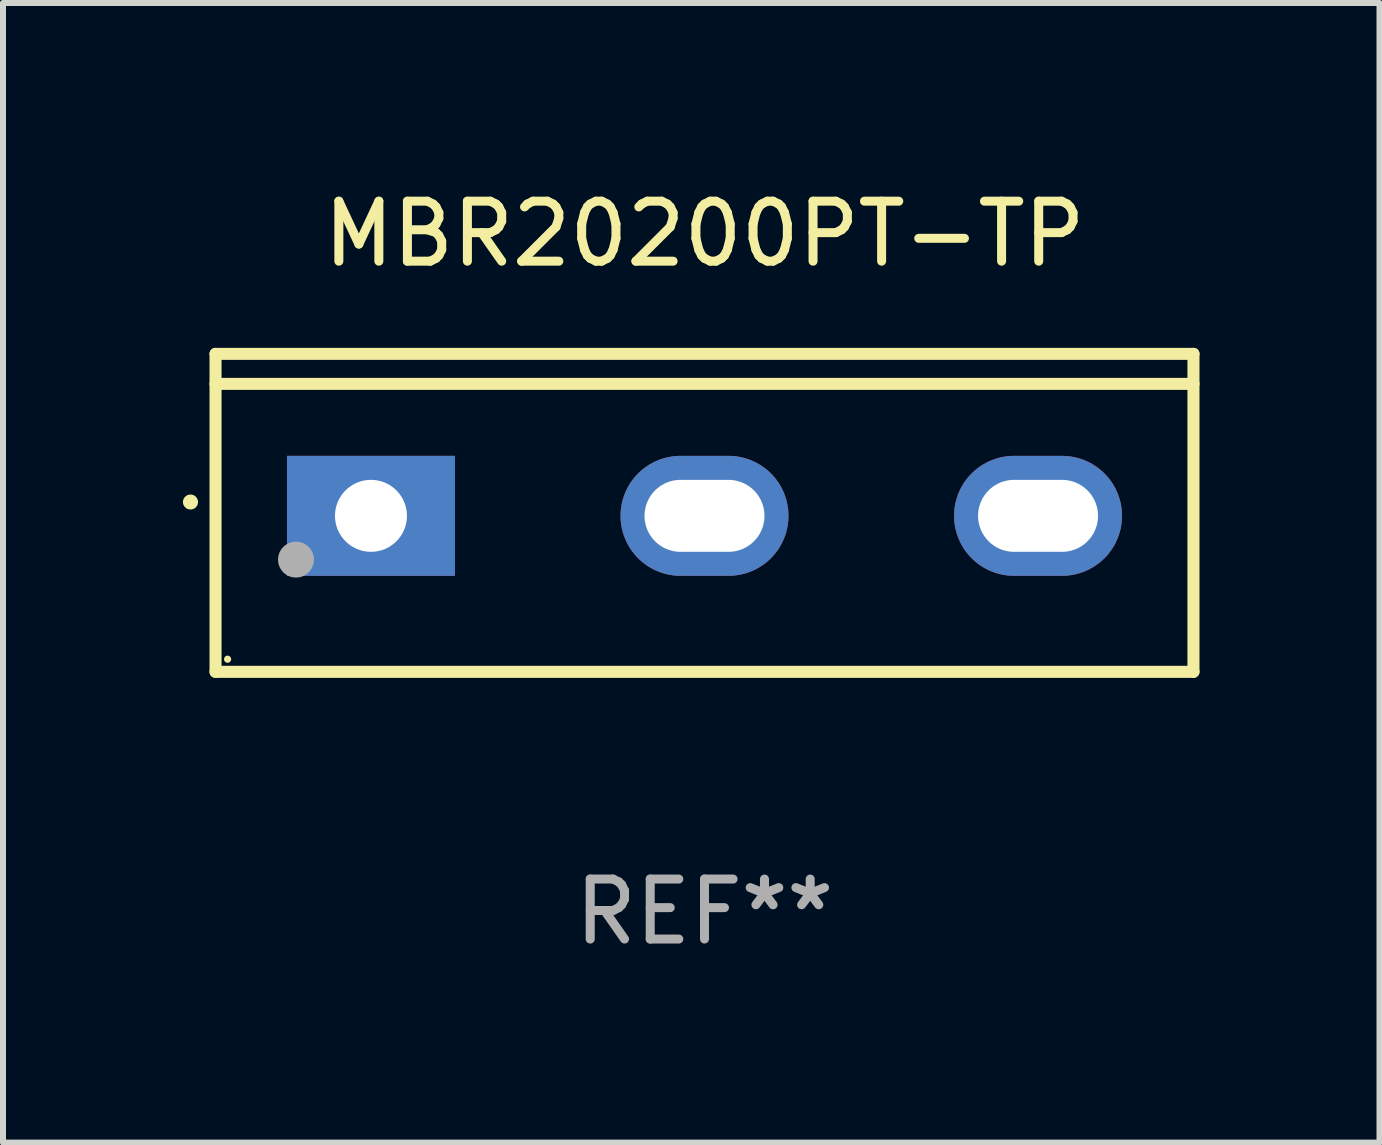
<source format=kicad_pcb>
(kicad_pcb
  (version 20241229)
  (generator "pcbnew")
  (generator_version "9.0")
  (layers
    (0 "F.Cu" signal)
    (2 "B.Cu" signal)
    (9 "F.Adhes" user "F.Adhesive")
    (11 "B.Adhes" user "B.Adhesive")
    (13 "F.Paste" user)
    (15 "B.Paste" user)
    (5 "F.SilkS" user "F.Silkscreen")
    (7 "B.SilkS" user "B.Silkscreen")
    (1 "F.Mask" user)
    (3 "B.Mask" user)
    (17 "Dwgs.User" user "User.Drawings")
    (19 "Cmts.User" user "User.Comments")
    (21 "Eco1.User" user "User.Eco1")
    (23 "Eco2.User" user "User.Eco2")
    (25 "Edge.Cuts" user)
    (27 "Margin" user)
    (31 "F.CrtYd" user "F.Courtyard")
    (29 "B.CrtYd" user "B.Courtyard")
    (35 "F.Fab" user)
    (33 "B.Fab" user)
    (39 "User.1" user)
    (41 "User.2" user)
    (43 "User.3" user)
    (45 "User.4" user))
  (footprint "MBR20200PT-TP"
    (layer "F.Cu")
    (at 8.694 5.499)
    (property "Reference" "MBR20200PT-TP" (at 0 -4.65 0) (layer "F.SilkS") (effects (font (size 1 1) (thickness 0.15))))
    (attr through_hole)
    (fp_line (start -8.151 -2.65) (end -8.151 2.65) (stroke (width 0.201) (type solid)) (layer "F.SilkS"))
    (fp_line (start 8.151 -2.65) (end -8.151 -2.65) (stroke (width 0.201) (type solid)) (layer "F.SilkS"))
    (fp_line (start 8.151 -2.15) (end -8.151 -2.15) (stroke (width 0.201) (type solid)) (layer "F.SilkS"))
    (fp_line (start 8.151 2.65) (end -8.151 2.65) (stroke (width 0.201) (type solid)) (layer "F.SilkS"))
    (fp_line (start 8.151 2.65) (end 8.151 -2.65) (stroke (width 0.201) (type solid)) (layer "F.SilkS"))
    (fp_arc (start -8.570003 -0.18048) (mid -8.568733 -0.180486) (end -8.567463 -0.18048) (stroke (width 0.24892) (type solid)) (layer "F.SilkS"))
    (fp_circle (center -7.95 2.44) (end -7.92 2.44) (stroke (width 0.06) (type solid)) (fill no) (layer "F.SilkS"))
    (fp_circle (center -6.81 0.78) (end -6.66 0.78) (stroke (width 0.3) (type solid)) (fill no) (layer "F.Fab"))
    (fp_text user "REF**" (at 0 6.65 0) (layer "F.Fab") (effects (font (size 1 1) (thickness 0.15))))
    (pad "1" thru_hole rect (at -5.56 0.05 90) (size 2 2.8) (drill 1.2) (layers "*.Cu" "*.Mask"))
    (pad "2" thru_hole oval (at 0 0.05 90) (size 2 2.8) (drill oval 1.2 2) (layers "*.Cu" "*.Mask"))
    (pad "3" thru_hole oval (at 5.56 0.05 90) (size 2 2.8) (drill oval 1.2 2) (layers "*.Cu" "*.Mask")))
  (gr_rect
    (start -3 -3)
    (end 19.946 15.997)
    (stroke (width 0.1) (type default))
    (fill no)
    (layer "Edge.Cuts")))
</source>
